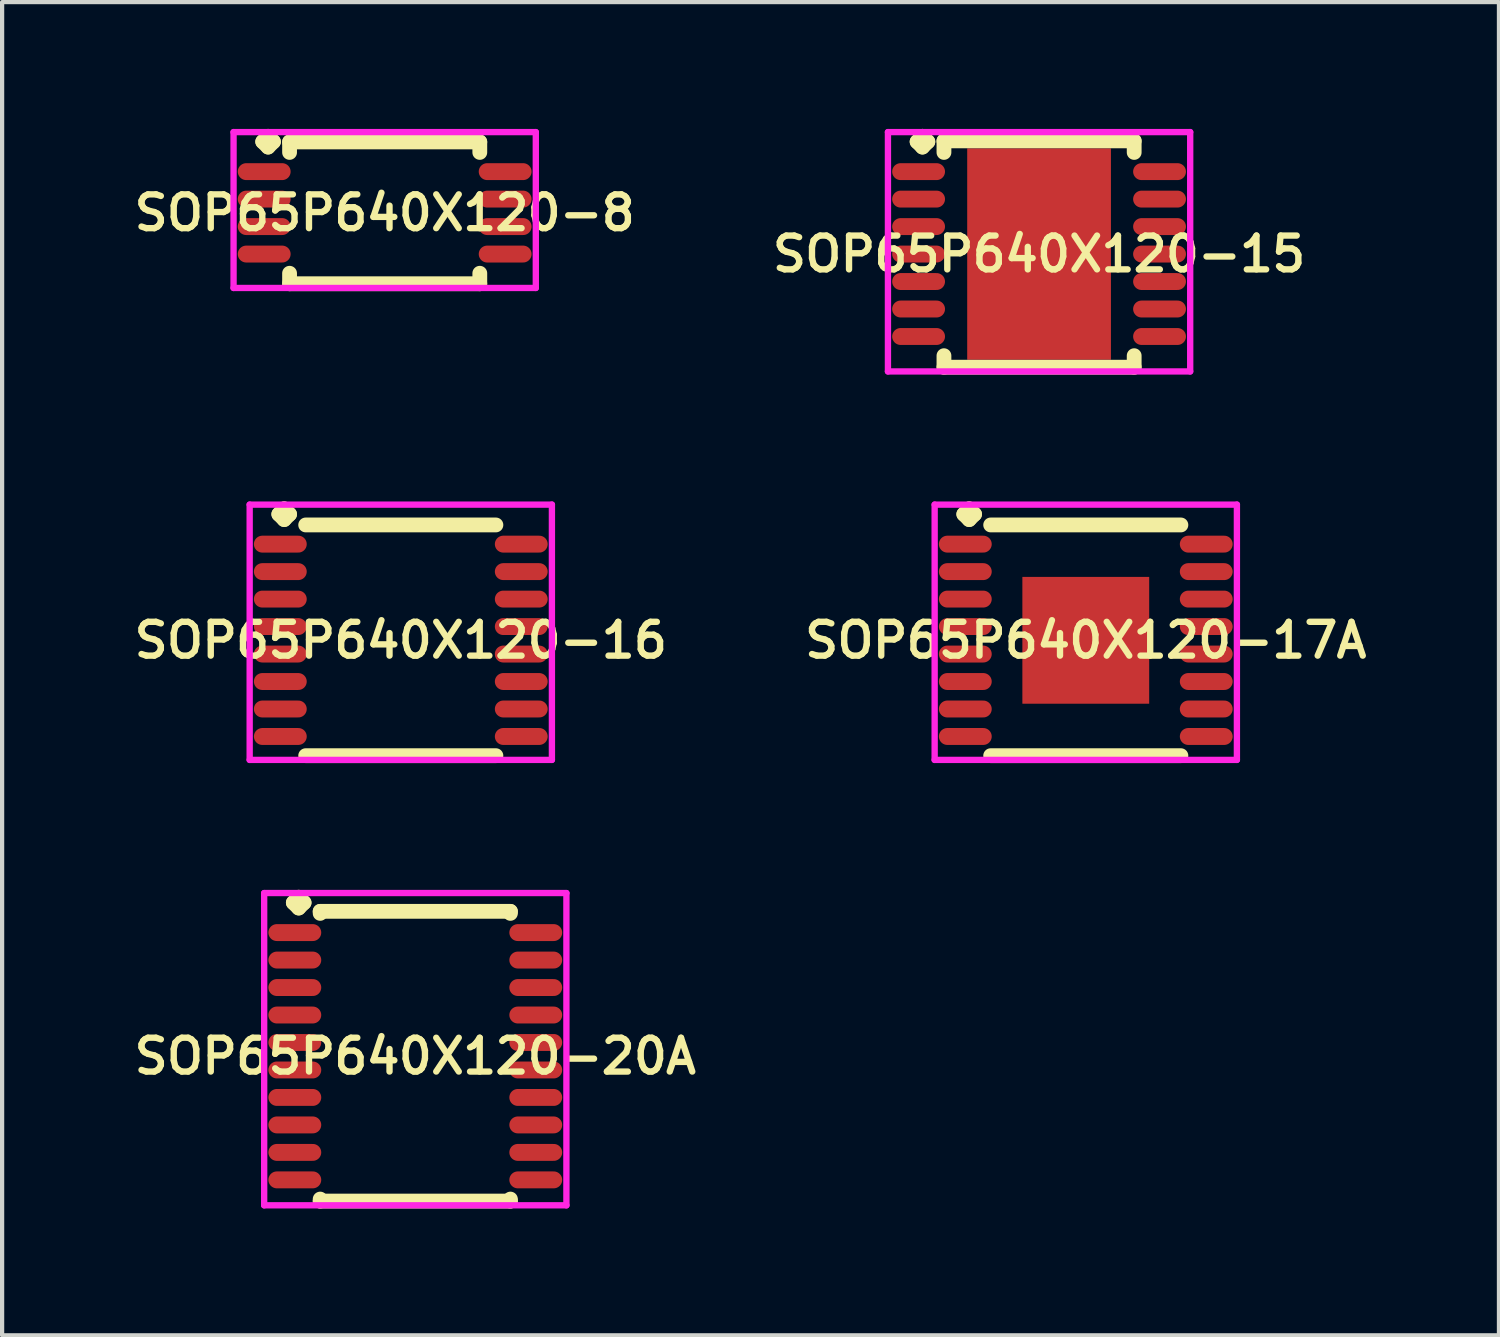
<source format=kicad_pcb>
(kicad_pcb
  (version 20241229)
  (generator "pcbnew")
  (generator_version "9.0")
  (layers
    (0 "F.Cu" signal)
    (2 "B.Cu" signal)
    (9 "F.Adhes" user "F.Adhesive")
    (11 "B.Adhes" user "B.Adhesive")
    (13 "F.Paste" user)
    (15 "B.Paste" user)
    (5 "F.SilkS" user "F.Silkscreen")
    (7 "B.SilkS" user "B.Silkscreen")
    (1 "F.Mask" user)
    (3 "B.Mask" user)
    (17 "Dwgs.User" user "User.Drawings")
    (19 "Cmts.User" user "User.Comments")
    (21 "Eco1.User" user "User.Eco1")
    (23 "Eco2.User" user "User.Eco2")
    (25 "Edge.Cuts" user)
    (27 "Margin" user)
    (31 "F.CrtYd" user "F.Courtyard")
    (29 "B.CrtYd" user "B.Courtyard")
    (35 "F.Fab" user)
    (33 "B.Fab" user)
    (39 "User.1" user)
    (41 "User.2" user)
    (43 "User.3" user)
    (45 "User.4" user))
  (footprint "SOP65P640X120-17A"
    (layer "F.Cu")
    (at 22.635 12.097)
    (property "Reference" "SOP65P640X120-17A" (at 0 0 0) (layer "F.SilkS") (effects (font (size 0.8 0.8) (thickness 0.15))))
    (attr smd)
    (fp_line (start -2.885 -2.983) (end -2.758 -3.11) (stroke (width 0.35) (type solid)) (layer "F.SilkS"))
    (fp_line (start -2.758 -3.11) (end -2.631 -2.983) (stroke (width 0.35) (type solid)) (layer "F.SilkS"))
    (fp_line (start -2.758 -2.856) (end -2.885 -2.983) (stroke (width 0.35) (type solid)) (layer "F.SilkS"))
    (fp_line (start -2.631 -2.983) (end -2.758 -2.856) (stroke (width 0.35) (type solid)) (layer "F.SilkS"))
    (fp_line (start -2.25 -2.729) (end 2.25 -2.729) (stroke (width 0.35) (type solid)) (layer "F.SilkS"))
    (fp_line (start -2.25 2.729) (end 2.25 2.729) (stroke (width 0.35) (type solid)) (layer "F.SilkS"))
    (fp_line (start -3.575 -3.21) (end 3.575 -3.21) (stroke (width 0.15) (type solid)) (layer "F.CrtYd"))
    (fp_line (start -3.575 2.829) (end -3.575 -3.21) (stroke (width 0.15) (type solid)) (layer "F.CrtYd"))
    (fp_line (start 3.575 -3.21) (end 3.575 2.829) (stroke (width 0.15) (type solid)) (layer "F.CrtYd"))
    (fp_line (start 3.575 2.829) (end -3.575 2.829) (stroke (width 0.15) (type solid)) (layer "F.CrtYd"))
    (pad "1" smd oval (at -2.85 -2.275) (size 1.25 0.4) (layers "F.Cu" "F.Mask" "F.Paste"))
    (pad "2" smd oval (at -2.85 -1.625) (size 1.25 0.4) (layers "F.Cu" "F.Mask" "F.Paste"))
    (pad "3" smd oval (at -2.85 -0.975) (size 1.25 0.4) (layers "F.Cu" "F.Mask" "F.Paste"))
    (pad "4" smd oval (at -2.85 -0.325) (size 1.25 0.4) (layers "F.Cu" "F.Mask" "F.Paste"))
    (pad "5" smd oval (at -2.85 0.325) (size 1.25 0.4) (layers "F.Cu" "F.Mask" "F.Paste"))
    (pad "6" smd oval (at -2.85 0.975) (size 1.25 0.4) (layers "F.Cu" "F.Mask" "F.Paste"))
    (pad "7" smd oval (at -2.85 1.625) (size 1.25 0.4) (layers "F.Cu" "F.Mask" "F.Paste"))
    (pad "8" smd oval (at -2.85 2.275) (size 1.25 0.4) (layers "F.Cu" "F.Mask" "F.Paste"))
    (pad "9" smd oval (at 2.85 2.275) (size 1.25 0.4) (layers "F.Cu" "F.Mask" "F.Paste"))
    (pad "10" smd oval (at 2.85 1.625) (size 1.25 0.4) (layers "F.Cu" "F.Mask" "F.Paste"))
    (pad "11" smd oval (at 2.85 0.975) (size 1.25 0.4) (layers "F.Cu" "F.Mask" "F.Paste"))
    (pad "12" smd oval (at 2.85 0.325) (size 1.25 0.4) (layers "F.Cu" "F.Mask" "F.Paste"))
    (pad "13" smd oval (at 2.85 -0.325) (size 1.25 0.4) (layers "F.Cu" "F.Mask" "F.Paste"))
    (pad "14" smd oval (at 2.85 -0.975) (size 1.25 0.4) (layers "F.Cu" "F.Mask" "F.Paste"))
    (pad "15" smd oval (at 2.85 -1.625) (size 1.25 0.4) (layers "F.Cu" "F.Mask" "F.Paste"))
    (pad "16" smd oval (at 2.85 -2.275) (size 1.25 0.4) (layers "F.Cu" "F.Mask" "F.Paste"))
    (pad "17" smd rect (at 0 0) (size 3 3) (layers "F.Cu" "F.Mask" "F.Paste")))
  (footprint "SOP65P640X120-16"
    (layer "F.Cu")
    (at 6.431 12.097)
    (property "Reference" "SOP65P640X120-16" (at 0 0 0) (layer "F.SilkS") (effects (font (size 0.8 0.8) (thickness 0.15))))
    (attr smd)
    (fp_line (start -2.885 -2.983) (end -2.758 -3.11) (stroke (width 0.35) (type solid)) (layer "F.SilkS"))
    (fp_line (start -2.758 -3.11) (end -2.631 -2.983) (stroke (width 0.35) (type solid)) (layer "F.SilkS"))
    (fp_line (start -2.758 -2.856) (end -2.885 -2.983) (stroke (width 0.35) (type solid)) (layer "F.SilkS"))
    (fp_line (start -2.631 -2.983) (end -2.758 -2.856) (stroke (width 0.35) (type solid)) (layer "F.SilkS"))
    (fp_line (start -2.25 -2.729) (end 2.25 -2.729) (stroke (width 0.35) (type solid)) (layer "F.SilkS"))
    (fp_line (start -2.25 2.729) (end 2.25 2.729) (stroke (width 0.35) (type solid)) (layer "F.SilkS"))
    (fp_line (start -3.575 -3.21) (end 3.575 -3.21) (stroke (width 0.15) (type solid)) (layer "F.CrtYd"))
    (fp_line (start -3.575 2.829) (end -3.575 -3.21) (stroke (width 0.15) (type solid)) (layer "F.CrtYd"))
    (fp_line (start 3.575 -3.21) (end 3.575 2.829) (stroke (width 0.15) (type solid)) (layer "F.CrtYd"))
    (fp_line (start 3.575 2.829) (end -3.575 2.829) (stroke (width 0.15) (type solid)) (layer "F.CrtYd"))
    (pad "1" smd oval (at -2.85 -2.275) (size 1.25 0.4) (layers "F.Cu" "F.Mask" "F.Paste"))
    (pad "2" smd oval (at -2.85 -1.625) (size 1.25 0.4) (layers "F.Cu" "F.Mask" "F.Paste"))
    (pad "3" smd oval (at -2.85 -0.975) (size 1.25 0.4) (layers "F.Cu" "F.Mask" "F.Paste"))
    (pad "4" smd oval (at -2.85 -0.325) (size 1.25 0.4) (layers "F.Cu" "F.Mask" "F.Paste"))
    (pad "5" smd oval (at -2.85 0.325) (size 1.25 0.4) (layers "F.Cu" "F.Mask" "F.Paste"))
    (pad "6" smd oval (at -2.85 0.975) (size 1.25 0.4) (layers "F.Cu" "F.Mask" "F.Paste"))
    (pad "7" smd oval (at -2.85 1.625) (size 1.25 0.4) (layers "F.Cu" "F.Mask" "F.Paste"))
    (pad "8" smd oval (at -2.85 2.275) (size 1.25 0.4) (layers "F.Cu" "F.Mask" "F.Paste"))
    (pad "9" smd oval (at 2.85 2.275) (size 1.25 0.4) (layers "F.Cu" "F.Mask" "F.Paste"))
    (pad "10" smd oval (at 2.85 1.625) (size 1.25 0.4) (layers "F.Cu" "F.Mask" "F.Paste"))
    (pad "11" smd oval (at 2.85 0.975) (size 1.25 0.4) (layers "F.Cu" "F.Mask" "F.Paste"))
    (pad "12" smd oval (at 2.85 0.325) (size 1.25 0.4) (layers "F.Cu" "F.Mask" "F.Paste"))
    (pad "13" smd oval (at 2.85 -0.325) (size 1.25 0.4) (layers "F.Cu" "F.Mask" "F.Paste"))
    (pad "14" smd oval (at 2.85 -0.975) (size 1.25 0.4) (layers "F.Cu" "F.Mask" "F.Paste"))
    (pad "15" smd oval (at 2.85 -1.625) (size 1.25 0.4) (layers "F.Cu" "F.Mask" "F.Paste"))
    (pad "16" smd oval (at 2.85 -2.275) (size 1.25 0.4) (layers "F.Cu" "F.Mask" "F.Paste")))
  (footprint "SOP65P640X120-8"
    (layer "F.Cu")
    (at 6.05 1.985)
    (property "Reference" "SOP65P640X120-8" (at 0 0 0) (layer "F.SilkS") (effects (font (size 0.8 0.8) (thickness 0.15))))
    (attr smd)
    (fp_line (start -2.885 -1.683) (end -2.758 -1.81) (stroke (width 0.35) (type solid)) (layer "F.SilkS"))
    (fp_line (start -2.758 -1.81) (end -2.631 -1.683) (stroke (width 0.35) (type solid)) (layer "F.SilkS"))
    (fp_line (start -2.758 -1.556) (end -2.885 -1.683) (stroke (width 0.35) (type solid)) (layer "F.SilkS"))
    (fp_line (start -2.631 -1.683) (end -2.758 -1.556) (stroke (width 0.35) (type solid)) (layer "F.SilkS"))
    (fp_line (start -2.25 -1.677) (end 2.25 -1.677) (stroke (width 0.35) (type solid)) (layer "F.SilkS"))
    (fp_line (start -2.25 -1.429) (end -2.25 -1.677) (stroke (width 0.35) (type solid)) (layer "F.SilkS"))
    (fp_line (start -2.25 1.429) (end -2.25 1.677) (stroke (width 0.35) (type solid)) (layer "F.SilkS"))
    (fp_line (start -2.25 1.677) (end 2.25 1.677) (stroke (width 0.35) (type solid)) (layer "F.SilkS"))
    (fp_line (start 2.25 -1.677) (end 2.25 -1.429) (stroke (width 0.35) (type solid)) (layer "F.SilkS"))
    (fp_line (start 2.25 1.677) (end 2.25 1.429) (stroke (width 0.35) (type solid)) (layer "F.SilkS"))
    (fp_line (start -3.575 -1.91) (end 3.575 -1.91) (stroke (width 0.15) (type solid)) (layer "F.CrtYd"))
    (fp_line (start -3.575 1.777) (end -3.575 -1.91) (stroke (width 0.15) (type solid)) (layer "F.CrtYd"))
    (fp_line (start 3.575 -1.91) (end 3.575 1.777) (stroke (width 0.15) (type solid)) (layer "F.CrtYd"))
    (fp_line (start 3.575 1.777) (end -3.575 1.777) (stroke (width 0.15) (type solid)) (layer "F.CrtYd"))
    (pad "1" smd oval (at -2.85 -0.975) (size 1.25 0.4) (layers "F.Cu" "F.Mask" "F.Paste"))
    (pad "2" smd oval (at -2.85 -0.325) (size 1.25 0.4) (layers "F.Cu" "F.Mask" "F.Paste"))
    (pad "3" smd oval (at -2.85 0.325) (size 1.25 0.4) (layers "F.Cu" "F.Mask" "F.Paste"))
    (pad "4" smd oval (at -2.85 0.975) (size 1.25 0.4) (layers "F.Cu" "F.Mask" "F.Paste"))
    (pad "5" smd oval (at 2.85 0.975) (size 1.25 0.4) (layers "F.Cu" "F.Mask" "F.Paste"))
    (pad "6" smd oval (at 2.85 0.325) (size 1.25 0.4) (layers "F.Cu" "F.Mask" "F.Paste"))
    (pad "7" smd oval (at 2.85 -0.325) (size 1.25 0.4) (layers "F.Cu" "F.Mask" "F.Paste"))
    (pad "8" smd oval (at 2.85 -0.975) (size 1.25 0.4) (layers "F.Cu" "F.Mask" "F.Paste")))
  (footprint "SOP65P640X120-20A"
    (layer "F.Cu")
    (at 6.774 21.936)
    (property "Reference" "SOP65P640X120-20A" (at 0 0 0) (layer "F.SilkS") (effects (font (size 0.8 0.8) (thickness 0.15))))
    (attr smd)
    (fp_line (start -2.885 -3.633) (end -2.758 -3.76) (stroke (width 0.35) (type solid)) (layer "F.SilkS"))
    (fp_line (start -2.758 -3.76) (end -2.631 -3.633) (stroke (width 0.35) (type solid)) (layer "F.SilkS"))
    (fp_line (start -2.758 -3.506) (end -2.885 -3.633) (stroke (width 0.35) (type solid)) (layer "F.SilkS"))
    (fp_line (start -2.631 -3.633) (end -2.758 -3.506) (stroke (width 0.35) (type solid)) (layer "F.SilkS"))
    (fp_line (start -2.25 -3.427) (end 2.25 -3.427) (stroke (width 0.35) (type solid)) (layer "F.SilkS"))
    (fp_line (start -2.25 -3.379) (end -2.25 -3.427) (stroke (width 0.35) (type solid)) (layer "F.SilkS"))
    (fp_line (start -2.25 3.379) (end -2.25 3.427) (stroke (width 0.35) (type solid)) (layer "F.SilkS"))
    (fp_line (start -2.25 3.427) (end 2.25 3.427) (stroke (width 0.35) (type solid)) (layer "F.SilkS"))
    (fp_line (start 2.25 -3.427) (end 2.25 -3.379) (stroke (width 0.35) (type solid)) (layer "F.SilkS"))
    (fp_line (start 2.25 3.427) (end 2.25 3.379) (stroke (width 0.35) (type solid)) (layer "F.SilkS"))
    (fp_line (start -3.575 -3.86) (end 3.575 -3.86) (stroke (width 0.15) (type solid)) (layer "F.CrtYd"))
    (fp_line (start -3.575 3.527) (end -3.575 -3.86) (stroke (width 0.15) (type solid)) (layer "F.CrtYd"))
    (fp_line (start 3.575 -3.86) (end 3.575 3.527) (stroke (width 0.15) (type solid)) (layer "F.CrtYd"))
    (fp_line (start 3.575 3.527) (end -3.575 3.527) (stroke (width 0.15) (type solid)) (layer "F.CrtYd"))
    (pad "1" smd oval (at -2.85 -2.925) (size 1.25 0.4) (layers "F.Cu" "F.Mask" "F.Paste"))
    (pad "2" smd oval (at -2.85 -2.275) (size 1.25 0.4) (layers "F.Cu" "F.Mask" "F.Paste"))
    (pad "3" smd oval (at -2.85 -1.625) (size 1.25 0.4) (layers "F.Cu" "F.Mask" "F.Paste"))
    (pad "4" smd oval (at -2.85 -0.975) (size 1.25 0.4) (layers "F.Cu" "F.Mask" "F.Paste"))
    (pad "5" smd oval (at -2.85 -0.325) (size 1.25 0.4) (layers "F.Cu" "F.Mask" "F.Paste"))
    (pad "6" smd oval (at -2.85 0.325) (size 1.25 0.4) (layers "F.Cu" "F.Mask" "F.Paste"))
    (pad "7" smd oval (at -2.85 0.975) (size 1.25 0.4) (layers "F.Cu" "F.Mask" "F.Paste"))
    (pad "8" smd oval (at -2.85 1.625) (size 1.25 0.4) (layers "F.Cu" "F.Mask" "F.Paste"))
    (pad "9" smd oval (at -2.85 2.275) (size 1.25 0.4) (layers "F.Cu" "F.Mask" "F.Paste"))
    (pad "10" smd oval (at -2.85 2.925) (size 1.25 0.4) (layers "F.Cu" "F.Mask" "F.Paste"))
    (pad "11" smd oval (at 2.85 2.925) (size 1.25 0.4) (layers "F.Cu" "F.Mask" "F.Paste"))
    (pad "12" smd oval (at 2.85 2.275) (size 1.25 0.4) (layers "F.Cu" "F.Mask" "F.Paste"))
    (pad "13" smd oval (at 2.85 1.625) (size 1.25 0.4) (layers "F.Cu" "F.Mask" "F.Paste"))
    (pad "14" smd oval (at 2.85 0.975) (size 1.25 0.4) (layers "F.Cu" "F.Mask" "F.Paste"))
    (pad "15" smd oval (at 2.85 0.325) (size 1.25 0.4) (layers "F.Cu" "F.Mask" "F.Paste"))
    (pad "16" smd oval (at 2.85 -0.325) (size 1.25 0.4) (layers "F.Cu" "F.Mask" "F.Paste"))
    (pad "17" smd oval (at 2.85 -0.975) (size 1.25 0.4) (layers "F.Cu" "F.Mask" "F.Paste"))
    (pad "18" smd oval (at 2.85 -1.625) (size 1.25 0.4) (layers "F.Cu" "F.Mask" "F.Paste"))
    (pad "19" smd oval (at 2.85 -2.275) (size 1.25 0.4) (layers "F.Cu" "F.Mask" "F.Paste"))
    (pad "20" smd oval (at 2.85 -2.925) (size 1.25 0.4) (layers "F.Cu" "F.Mask" "F.Paste")))
  (footprint "SOP65P640X120-15"
    (layer "F.Cu")
    (at 21.53 2.96)
    (property "Reference" "SOP65P640X120-15" (at 0 0 0) (layer "F.SilkS") (effects (font (size 0.8 0.8) (thickness 0.15))))
    (attr smd)
    (fp_line (start -2.885 -2.658) (end -2.758 -2.785) (stroke (width 0.35) (type solid)) (layer "F.SilkS"))
    (fp_line (start -2.758 -2.785) (end -2.631 -2.658) (stroke (width 0.35) (type solid)) (layer "F.SilkS"))
    (fp_line (start -2.758 -2.531) (end -2.885 -2.658) (stroke (width 0.35) (type solid)) (layer "F.SilkS"))
    (fp_line (start -2.631 -2.658) (end -2.758 -2.531) (stroke (width 0.35) (type solid)) (layer "F.SilkS"))
    (fp_line (start -2.25 -2.677) (end 2.25 -2.677) (stroke (width 0.35) (type solid)) (layer "F.SilkS"))
    (fp_line (start -2.25 -2.404) (end -2.25 -2.677) (stroke (width 0.35) (type solid)) (layer "F.SilkS"))
    (fp_line (start -2.25 2.404) (end -2.25 2.677) (stroke (width 0.35) (type solid)) (layer "F.SilkS"))
    (fp_line (start -2.25 2.677) (end 2.25 2.677) (stroke (width 0.35) (type solid)) (layer "F.SilkS"))
    (fp_line (start 2.25 -2.677) (end 2.25 -2.404) (stroke (width 0.35) (type solid)) (layer "F.SilkS"))
    (fp_line (start 2.25 2.677) (end 2.25 2.404) (stroke (width 0.35) (type solid)) (layer "F.SilkS"))
    (fp_line (start -3.575 -2.885) (end 3.575 -2.885) (stroke (width 0.15) (type solid)) (layer "F.CrtYd"))
    (fp_line (start -3.575 2.777) (end -3.575 -2.885) (stroke (width 0.15) (type solid)) (layer "F.CrtYd"))
    (fp_line (start 3.575 -2.885) (end 3.575 2.777) (stroke (width 0.15) (type solid)) (layer "F.CrtYd"))
    (fp_line (start 3.575 2.777) (end -3.575 2.777) (stroke (width 0.15) (type solid)) (layer "F.CrtYd"))
    (pad "1" smd oval (at -2.85 -1.95) (size 1.25 0.4) (layers "F.Cu" "F.Mask" "F.Paste"))
    (pad "2" smd oval (at -2.85 -1.3) (size 1.25 0.4) (layers "F.Cu" "F.Mask" "F.Paste"))
    (pad "3" smd oval (at -2.85 -0.65) (size 1.25 0.4) (layers "F.Cu" "F.Mask" "F.Paste"))
    (pad "4" smd oval (at -2.85 0) (size 1.25 0.4) (layers "F.Cu" "F.Mask" "F.Paste"))
    (pad "5" smd oval (at -2.85 0.65) (size 1.25 0.4) (layers "F.Cu" "F.Mask" "F.Paste"))
    (pad "6" smd oval (at -2.85 1.3) (size 1.25 0.4) (layers "F.Cu" "F.Mask" "F.Paste"))
    (pad "7" smd oval (at -2.85 1.95) (size 1.25 0.4) (layers "F.Cu" "F.Mask" "F.Paste"))
    (pad "8" smd oval (at 2.85 1.95) (size 1.25 0.4) (layers "F.Cu" "F.Mask" "F.Paste"))
    (pad "9" smd oval (at 2.85 1.3) (size 1.25 0.4) (layers "F.Cu" "F.Mask" "F.Paste"))
    (pad "10" smd oval (at 2.85 0.65) (size 1.25 0.4) (layers "F.Cu" "F.Mask" "F.Paste"))
    (pad "11" smd oval (at 2.85 0) (size 1.25 0.4) (layers "F.Cu" "F.Mask" "F.Paste"))
    (pad "12" smd oval (at 2.85 -0.65) (size 1.25 0.4) (layers "F.Cu" "F.Mask" "F.Paste"))
    (pad "13" smd oval (at 2.85 -1.3) (size 1.25 0.4) (layers "F.Cu" "F.Mask" "F.Paste"))
    (pad "14" smd oval (at 2.85 -1.95) (size 1.25 0.4) (layers "F.Cu" "F.Mask" "F.Paste"))
    (pad "15" smd rect (at 0 0) (size 3.4 5) (layers "F.Cu" "F.Mask" "F.Paste")))
  (gr_rect
    (start -3 -3)
    (end 32.409 28.538)
    (stroke (width 0.1) (type default))
    (fill no)
    (layer "Edge.Cuts")))
</source>
